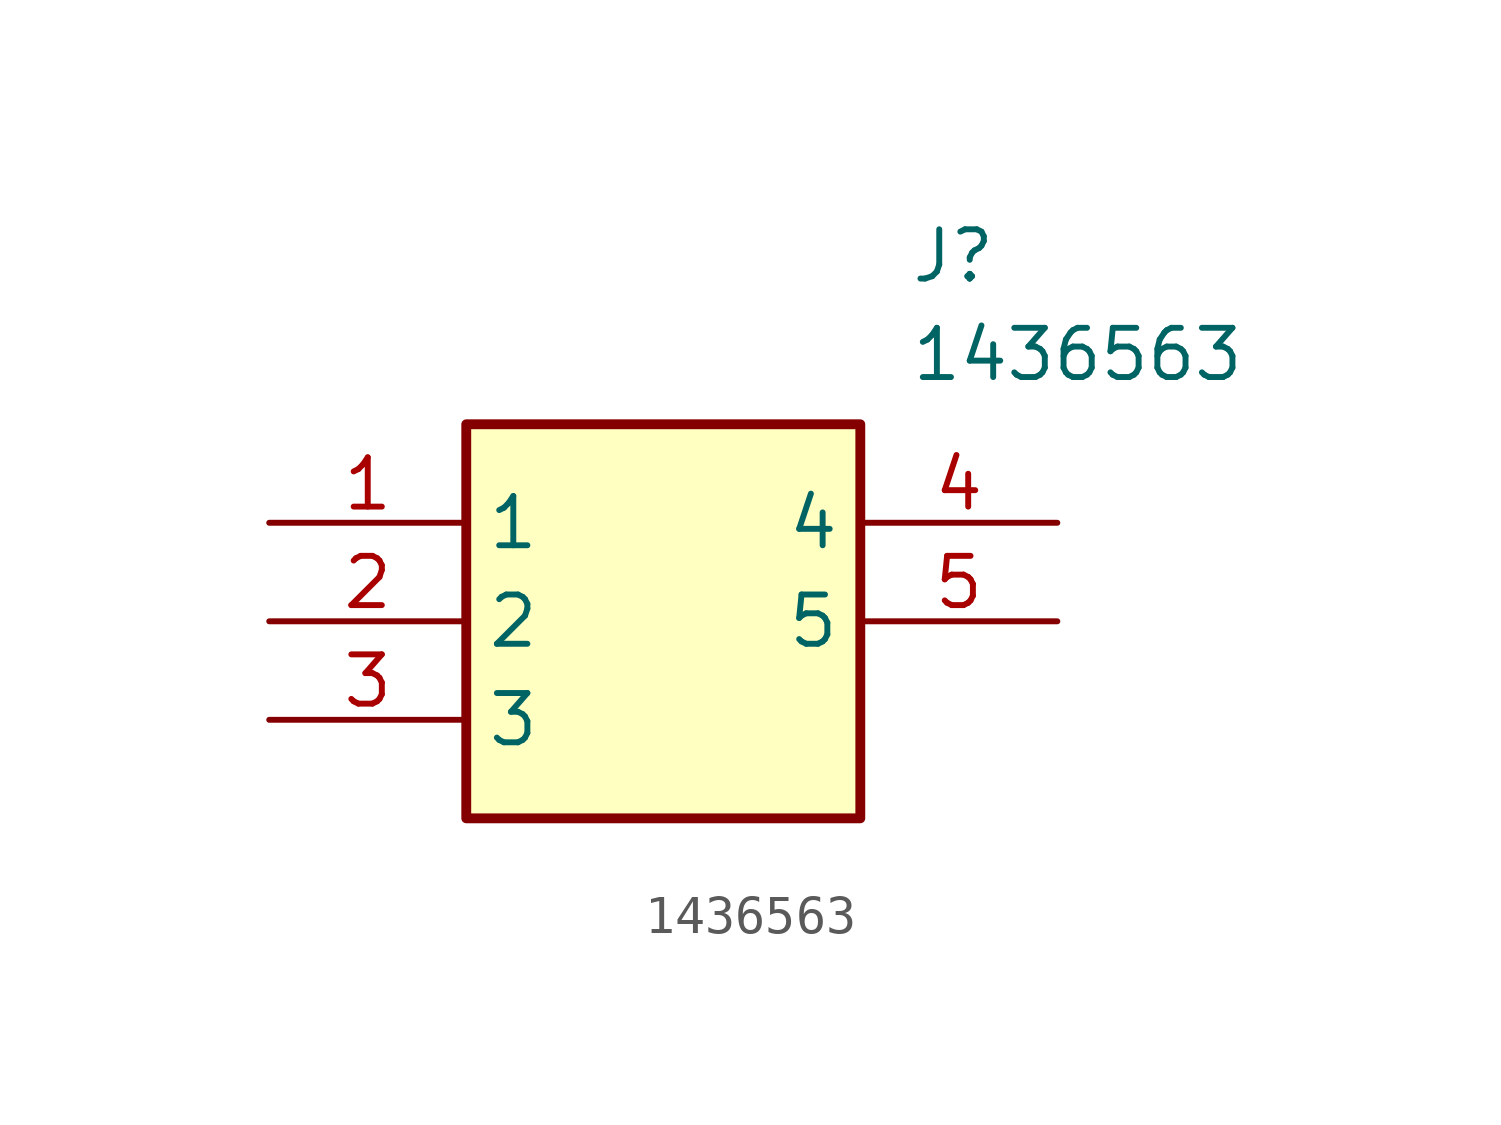
<source format=kicad_sym>
(kicad_symbol_lib
  (version 20211014)
  (generator SamacSys_ECAD_Model)
  (symbol "1436563"
    (property "Reference" "J"
      (at 16.51 7.62 0)
      (effects (font (size 1.27 1.27)) (justify left top)))
    (property "Value" "1436563"
      (at 16.51 5.08 0)
      (effects (font (size 1.27 1.27)) (justify left top)))
    (rectangle
      (start 5.08 2.54)
      (end 15.24 -7.62)
      (stroke (width 0.254) (type default))
      (fill (type background)))
    (pin passive line
      (at 0 0 0)
      (length 5.08)
      (name "1" (effects (font (size 1.27 1.27))))
      (number "1" (effects (font (size 1.27 1.27)))))
    (pin passive line
      (at 0 -2.54 0)
      (length 5.08)
      (name "2" (effects (font (size 1.27 1.27))))
      (number "2" (effects (font (size 1.27 1.27)))))
    (pin passive line
      (at 0 -5.08 0)
      (length 5.08)
      (name "3" (effects (font (size 1.27 1.27))))
      (number "3" (effects (font (size 1.27 1.27)))))
    (pin passive line
      (at 20.32 0 180)
      (length 5.08)
      (name "4" (effects (font (size 1.27 1.27))))
      (number "4" (effects (font (size 1.27 1.27)))))
    (pin passive line
      (at 20.32 -2.54 180)
      (length 5.08)
      (name "5" (effects (font (size 1.27 1.27))))
      (number "5" (effects (font (size 1.27 1.27)))))))
</source>
